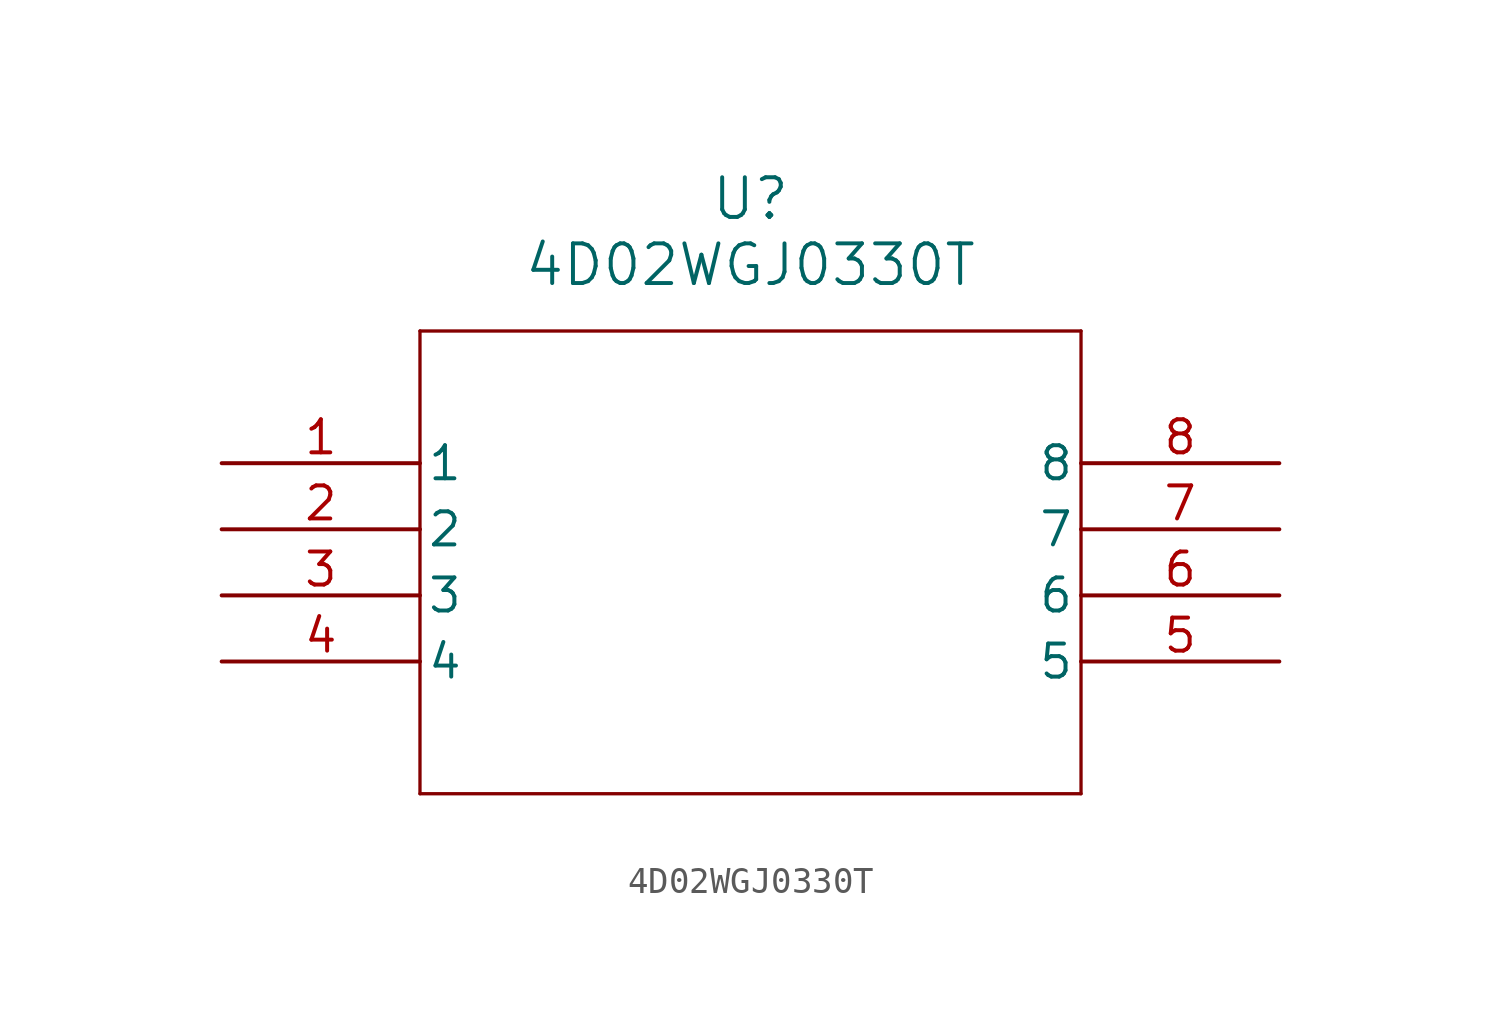
<source format=kicad_sym>
(kicad_symbol_lib
  (version 20211014)
  (generator kicad_symbol_editor)
  (symbol "4D02WGJ0330T"
    (pin_names
      (offset 0.254))
    (property "Reference" "U"
      (at 20.32 10.16 0)
      (effects (font (size 1.524 1.524))))
    (property "Value" "4D02WGJ0330T"
      (at 20.32 7.62 0)
      (effects (font (size 1.524 1.524))))
    (symbol "4D02WGJ0330T_0_1"
      (polyline (pts (xy 7.62 5.08) (xy 7.62 -12.7)) (stroke (width 0.127) (type default) (color 0 0 0 0)) (fill (type none)))
      (polyline (pts (xy 7.62 -12.7) (xy 33.02 -12.7)) (stroke (width 0.127) (type default) (color 0 0 0 0)) (fill (type none)))
      (polyline (pts (xy 33.02 -12.7) (xy 33.02 5.08)) (stroke (width 0.127) (type default) (color 0 0 0 0)) (fill (type none)))
      (polyline (pts (xy 33.02 5.08) (xy 7.62 5.08)) (stroke (width 0.127) (type default) (color 0 0 0 0)) (fill (type none)))
      (pin unspecified line (at 0 0 0) (length 7.62) (name "1" (effects (font (size 1.27 1.27)))) (number "1" (effects (font (size 1.27 1.27)))))
      (pin unspecified line (at 0 -2.54 0) (length 7.62) (name "2" (effects (font (size 1.27 1.27)))) (number "2" (effects (font (size 1.27 1.27)))))
      (pin unspecified line (at 0 -5.08 0) (length 7.62) (name "3" (effects (font (size 1.27 1.27)))) (number "3" (effects (font (size 1.27 1.27)))))
      (pin unspecified line (at 0 -7.62 0) (length 7.62) (name "4" (effects (font (size 1.27 1.27)))) (number "4" (effects (font (size 1.27 1.27)))))
      (pin unspecified line (at 40.64 -7.62 180) (length 7.62) (name "5" (effects (font (size 1.27 1.27)))) (number "5" (effects (font (size 1.27 1.27)))))
      (pin unspecified line (at 40.64 -5.08 180) (length 7.62) (name "6" (effects (font (size 1.27 1.27)))) (number "6" (effects (font (size 1.27 1.27)))))
      (pin unspecified line (at 40.64 -2.54 180) (length 7.62) (name "7" (effects (font (size 1.27 1.27)))) (number "7" (effects (font (size 1.27 1.27)))))
      (pin unspecified line (at 40.64 0 180) (length 7.62) (name "8" (effects (font (size 1.27 1.27)))) (number "8" (effects (font (size 1.27 1.27))))))))
</source>
